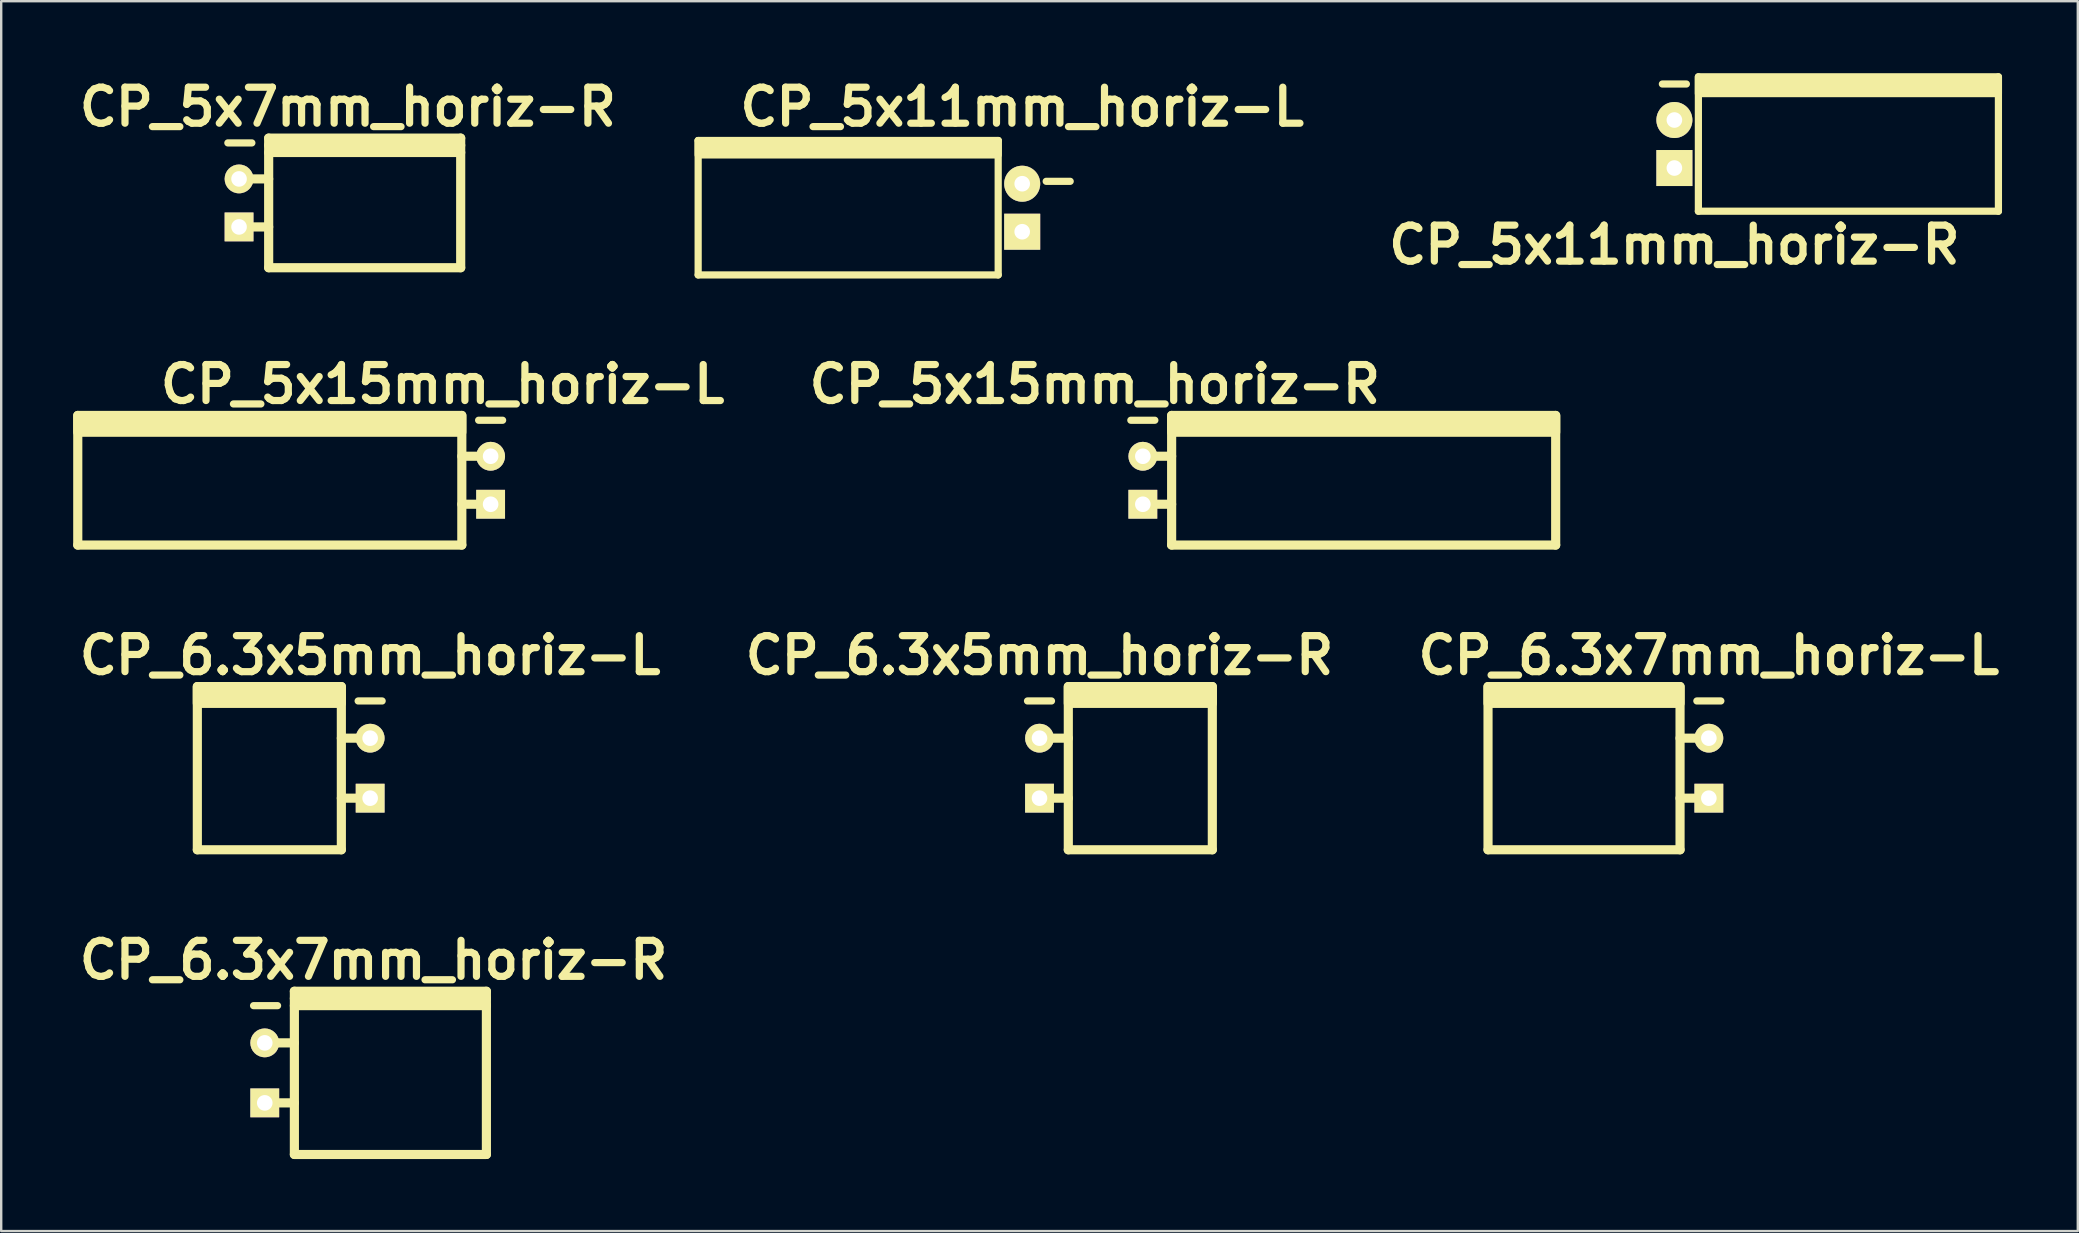
<source format=kicad_pcb>
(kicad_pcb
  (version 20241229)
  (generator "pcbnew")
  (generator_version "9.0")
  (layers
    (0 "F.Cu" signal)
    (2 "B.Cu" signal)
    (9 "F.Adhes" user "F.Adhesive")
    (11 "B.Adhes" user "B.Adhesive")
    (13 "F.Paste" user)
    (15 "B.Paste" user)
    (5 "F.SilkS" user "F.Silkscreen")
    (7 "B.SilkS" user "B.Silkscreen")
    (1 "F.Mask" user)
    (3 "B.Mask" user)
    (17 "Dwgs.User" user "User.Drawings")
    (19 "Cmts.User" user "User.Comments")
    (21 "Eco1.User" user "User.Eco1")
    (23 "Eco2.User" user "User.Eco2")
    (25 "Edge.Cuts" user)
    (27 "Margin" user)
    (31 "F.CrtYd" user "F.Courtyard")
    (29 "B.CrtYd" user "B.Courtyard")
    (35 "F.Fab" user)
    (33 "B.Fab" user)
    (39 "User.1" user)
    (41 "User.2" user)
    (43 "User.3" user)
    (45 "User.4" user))
  (footprint "CP_6.3x7mm_horiz-L"
    (layer "F.Cu")
    (at 68.143 28.953)
    (property "Reference" "CP_6.3x7mm_horiz-L" (at 0 -4.7 0) (layer "F.SilkS") (effects (font (size 1.5 1.5) (thickness 0.3))))
    (attr through_hole)
    (fp_line (start -9.2 3.4) (end -9.2 -3.4) (stroke (width 0.381) (type solid)) (layer "F.SilkS"))
    (fp_line (start -1.2 -3.4) (end -1.2 3.4) (stroke (width 0.381) (type solid)) (layer "F.SilkS"))
    (fp_line (start -1.2 -1.25) (end 0 -1.25) (stroke (width 0.381) (type solid)) (layer "F.SilkS"))
    (fp_line (start -1.2 1.25) (end 0 1.25) (stroke (width 0.381) (type solid)) (layer "F.SilkS"))
    (fp_line (start -1.2 3.4) (end -9.2 3.4) (stroke (width 0.381) (type solid)) (layer "F.SilkS"))
    (fp_line (start -0.5 -2.8) (end 0.5 -2.8) (stroke (width 0.3) (type solid)) (layer "F.SilkS"))
    (fp_poly (pts (xy -1.2 -2.7) (xy -9.2 -2.7) (xy -9.2 -3.4) (xy -1.2 -3.4)) (stroke (width 0.381) (type solid)) (fill yes) (layer "F.SilkS"))
    (pad "1" thru_hole rect (at 0 1.25) (size 1.2 1.2) (drill 0.65) (layers "*.Cu" "*.Mask" "F.SilkS"))
    (pad "2" thru_hole circle (at 0 -1.25) (size 1.2 1.2) (drill 0.65) (layers "*.Cu" "*.Mask" "F.SilkS")))
  (footprint "CP_6.3x7mm_horiz-R"
    (layer "F.Cu")
    (at 12.514 41.647)
    (property "Reference" "CP_6.3x7mm_horiz-R" (at 0 -4.7 0) (layer "F.SilkS") (effects (font (size 1.5 1.5) (thickness 0.3))))
    (attr through_hole)
    (fp_line (start -5 -2.8) (end -4 -2.8) (stroke (width 0.3) (type solid)) (layer "F.SilkS"))
    (fp_line (start -4.5 -1.25) (end -3.3 -1.25) (stroke (width 0.381) (type solid)) (layer "F.SilkS"))
    (fp_line (start -4.5 1.25) (end -3.3 1.25) (stroke (width 0.381) (type solid)) (layer "F.SilkS"))
    (fp_line (start -3.3 -3.1) (end 4.7 -3.1) (stroke (width 0.381) (type solid)) (layer "F.SilkS"))
    (fp_line (start -3.3 -2.8) (end 4.7 -2.8) (stroke (width 0.381) (type solid)) (layer "F.SilkS"))
    (fp_line (start -3.3 3.4) (end -3.3 -3.4) (stroke (width 0.381) (type solid)) (layer "F.SilkS"))
    (fp_line (start 4.7 -3.4) (end -3.3 -3.4) (stroke (width 0.381) (type solid)) (layer "F.SilkS"))
    (fp_line (start 4.7 -3.4) (end 4.7 3.4) (stroke (width 0.381) (type solid)) (layer "F.SilkS"))
    (fp_line (start 4.7 3.4) (end -3.3 3.4) (stroke (width 0.381) (type solid)) (layer "F.SilkS"))
    (pad "1" thru_hole rect (at -4.534 1.25) (size 1.2 1.2) (drill 0.65) (layers "*.Cu" "*.Mask" "F.SilkS"))
    (pad "2" thru_hole circle (at -4.534 -1.25) (size 1.2 1.2) (drill 0.65) (layers "*.Cu" "*.Mask" "F.SilkS")))
  (footprint "CP_6.3x5mm_horiz-L"
    (layer "F.Cu")
    (at 12.371 28.953)
    (property "Reference" "CP_6.3x5mm_horiz-L" (at 0 -4.7 0) (layer "F.SilkS") (effects (font (size 1.5 1.5) (thickness 0.3))))
    (attr through_hole)
    (fp_line (start -7.2 3.4) (end -7.2 -3.4) (stroke (width 0.381) (type solid)) (layer "F.SilkS"))
    (fp_line (start -1.2 -3.4) (end -1.2 3.4) (stroke (width 0.381) (type solid)) (layer "F.SilkS"))
    (fp_line (start -1.2 -1.25) (end 0 -1.25) (stroke (width 0.381) (type solid)) (layer "F.SilkS"))
    (fp_line (start -1.2 1.25) (end 0 1.25) (stroke (width 0.381) (type solid)) (layer "F.SilkS"))
    (fp_line (start -1.2 3.4) (end -7.2 3.4) (stroke (width 0.381) (type solid)) (layer "F.SilkS"))
    (fp_line (start -0.5 -2.8) (end 0.5 -2.8) (stroke (width 0.3) (type solid)) (layer "F.SilkS"))
    (fp_poly (pts (xy -1.2 -2.7) (xy -7.2 -2.7) (xy -7.2 -3.4) (xy -1.2 -3.4)) (stroke (width 0.381) (type solid)) (fill yes) (layer "F.SilkS"))
    (pad "1" thru_hole rect (at 0 1.25) (size 1.2 1.2) (drill 0.65) (layers "*.Cu" "*.Mask" "F.SilkS"))
    (pad "2" thru_hole circle (at 0 -1.25) (size 1.2 1.2) (drill 0.65) (layers "*.Cu" "*.Mask" "F.SilkS")))
  (footprint "CP_5x7mm_horiz-R"
    (layer "F.Cu")
    (at 11.443 5.404)
    (property "Reference" "CP_5x7mm_horiz-R" (at 0 -4 0) (layer "F.SilkS") (effects (font (size 1.5 1.5) (thickness 0.3))))
    (attr through_hole)
    (fp_line (start -5 -2.5) (end -4 -2.5) (stroke (width 0.3) (type solid)) (layer "F.SilkS"))
    (fp_line (start -4.5 -1) (end -3.3 -1) (stroke (width 0.381) (type solid)) (layer "F.SilkS"))
    (fp_line (start -4.5 1) (end -3.3 1) (stroke (width 0.381) (type solid)) (layer "F.SilkS"))
    (fp_line (start -3.3 -2.4) (end 4.7 -2.4) (stroke (width 0.381) (type solid)) (layer "F.SilkS"))
    (fp_line (start -3.3 -2.1) (end 4.7 -2.1) (stroke (width 0.381) (type solid)) (layer "F.SilkS"))
    (fp_line (start -3.3 2.7) (end -3.3 -2.7) (stroke (width 0.381) (type solid)) (layer "F.SilkS"))
    (fp_line (start 4.7 -2.7) (end -3.3 -2.7) (stroke (width 0.381) (type solid)) (layer "F.SilkS"))
    (fp_line (start 4.7 -2.7) (end 4.7 2.7) (stroke (width 0.381) (type solid)) (layer "F.SilkS"))
    (fp_line (start 4.7 2.7) (end -3.3 2.7) (stroke (width 0.381) (type solid)) (layer "F.SilkS"))
    (pad "1" thru_hole rect (at -4.534 1) (size 1.2 1.2) (drill 0.65) (layers "*.Cu" "*.Mask" "F.SilkS"))
    (pad "2" thru_hole circle (at -4.534 -1) (size 1.2 1.2) (drill 0.65) (layers "*.Cu" "*.Mask" "F.SilkS")))
  (footprint "CP_5x11mm_horiz-R"
    (layer "F.Cu")
    (at 66.707 2.95)
    (property "Reference" "CP_5x11mm_horiz-R" (at 0 4.2 0) (layer "F.SilkS") (effects (font (size 1.5 1.5) (thickness 0.3))))
    (attr through_hole)
    (fp_line (start -0.5 -2.5) (end 0.5 -2.5) (stroke (width 0.3) (type solid)) (layer "F.SilkS"))
    (fp_line (start 1 -2.8) (end 1 2.8) (stroke (width 0.3) (type solid)) (layer "F.SilkS"))
    (fp_line (start 13.5 -2.8) (end 13.5 2.8) (stroke (width 0.3) (type solid)) (layer "F.SilkS"))
    (fp_line (start 13.5 2.8) (end 1 2.8) (stroke (width 0.3) (type solid)) (layer "F.SilkS"))
    (fp_poly (pts (xy 13.5 -2.1) (xy 1 -2.1) (xy 1 -2.8) (xy 13.5 -2.8)) (stroke (width 0.3) (type solid)) (fill yes) (layer "F.SilkS"))
    (pad "1" thru_hole rect (at 0 1) (size 1.5 1.5) (drill 0.65) (layers "*.Cu" "*.Mask" "F.SilkS"))
    (pad "2" thru_hole circle (at 0 -1) (size 1.5 1.5) (drill 0.65) (layers "*.Cu" "*.Mask" "F.SilkS")))
  (footprint "CP_5x15mm_horiz-R"
    (layer "F.Cu")
    (at 44.562 16.958)
    (property "Reference" "CP_5x15mm_horiz-R" (at -2 -4 0) (layer "F.SilkS") (effects (font (size 1.5 1.5) (thickness 0.3))))
    (attr through_hole)
    (fp_line (start -0.5 -2.5) (end 0.5 -2.5) (stroke (width 0.3) (type solid)) (layer "F.SilkS"))
    (fp_line (start 0 -1) (end 1.2 -1) (stroke (width 0.381) (type solid)) (layer "F.SilkS"))
    (fp_line (start 0 1) (end 1.2 1) (stroke (width 0.381) (type solid)) (layer "F.SilkS"))
    (fp_line (start 1.2 2.7) (end 1.2 -2.7) (stroke (width 0.381) (type solid)) (layer "F.SilkS"))
    (fp_line (start 17.2 -2.7) (end 17.2 2.7) (stroke (width 0.381) (type solid)) (layer "F.SilkS"))
    (fp_line (start 17.2 2.7) (end 1.2 2.7) (stroke (width 0.381) (type solid)) (layer "F.SilkS"))
    (fp_poly (pts (xy 17.2 -2) (xy 1.2 -2) (xy 1.2 -2.7) (xy 17.2 -2.7)) (stroke (width 0.381) (type solid)) (fill yes) (layer "F.SilkS"))
    (pad "1" thru_hole rect (at 0 1) (size 1.2 1.2) (drill 0.65) (layers "*.Cu" "*.Mask" "F.SilkS"))
    (pad "2" thru_hole circle (at 0 -1) (size 1.2 1.2) (drill 0.65) (layers "*.Cu" "*.Mask" "F.SilkS")))
  (footprint "CP_5x15mm_horiz-L"
    (layer "F.Cu")
    (at 17.39 16.958)
    (property "Reference" "CP_5x15mm_horiz-L" (at -2 -4 0) (layer "F.SilkS") (effects (font (size 1.5 1.5) (thickness 0.3))))
    (attr through_hole)
    (fp_line (start -17.2 2.7) (end -17.2 -2.7) (stroke (width 0.381) (type solid)) (layer "F.SilkS"))
    (fp_line (start -1.2 -2.7) (end -1.2 2.7) (stroke (width 0.381) (type solid)) (layer "F.SilkS"))
    (fp_line (start -1.2 -1) (end 0 -1) (stroke (width 0.381) (type solid)) (layer "F.SilkS"))
    (fp_line (start -1.2 1) (end 0 1) (stroke (width 0.381) (type solid)) (layer "F.SilkS"))
    (fp_line (start -1.2 2.7) (end -17.2 2.7) (stroke (width 0.381) (type solid)) (layer "F.SilkS"))
    (fp_line (start -0.5 -2.5) (end 0.5 -2.5) (stroke (width 0.3) (type solid)) (layer "F.SilkS"))
    (fp_poly (pts (xy -1.2 -2) (xy -17.2 -2) (xy -17.2 -2.7) (xy -1.2 -2.7)) (stroke (width 0.381) (type solid)) (fill yes) (layer "F.SilkS"))
    (pad "1" thru_hole rect (at 0 1) (size 1.2 1.2) (drill 0.65) (layers "*.Cu" "*.Mask" "F.SilkS"))
    (pad "2" thru_hole circle (at 0 -1) (size 1.2 1.2) (drill 0.65) (layers "*.Cu" "*.Mask" "F.SilkS")))
  (footprint "CP_6.3x5mm_horiz-R"
    (layer "F.Cu")
    (at 40.257 28.953)
    (property "Reference" "CP_6.3x5mm_horiz-R" (at 0 -4.7 0) (layer "F.SilkS") (effects (font (size 1.5 1.5) (thickness 0.3))))
    (attr through_hole)
    (fp_line (start -0.5 -2.8) (end 0.5 -2.8) (stroke (width 0.3) (type solid)) (layer "F.SilkS"))
    (fp_line (start 0 -1.25) (end 1.2 -1.25) (stroke (width 0.381) (type solid)) (layer "F.SilkS"))
    (fp_line (start 0 1.25) (end 1.2 1.25) (stroke (width 0.381) (type solid)) (layer "F.SilkS"))
    (fp_line (start 1.2 3.4) (end 1.2 -3.4) (stroke (width 0.381) (type solid)) (layer "F.SilkS"))
    (fp_line (start 7.2 -3.4) (end 7.2 3.4) (stroke (width 0.381) (type solid)) (layer "F.SilkS"))
    (fp_line (start 7.2 3.4) (end 1.2 3.4) (stroke (width 0.381) (type solid)) (layer "F.SilkS"))
    (fp_poly (pts (xy 7.2 -2.7) (xy 1.2 -2.7) (xy 1.2 -3.4) (xy 7.2 -3.4)) (stroke (width 0.381) (type solid)) (fill yes) (layer "F.SilkS"))
    (pad "1" thru_hole rect (at 0 1.25) (size 1.2 1.2) (drill 0.65) (layers "*.Cu" "*.Mask" "F.SilkS"))
    (pad "2" thru_hole circle (at 0 -1.25) (size 1.2 1.2) (drill 0.65) (layers "*.Cu" "*.Mask" "F.SilkS")))
  (footprint "CP_5x11mm_horiz-L"
    (layer "F.Cu")
    (at 39.536 5.604)
    (property "Reference" "CP_5x11mm_horiz-L" (at 0 -4.2 0) (layer "F.SilkS") (effects (font (size 1.5 1.5) (thickness 0.3))))
    (attr through_hole)
    (fp_line (start -13.5 -2.8) (end -13.5 2.8) (stroke (width 0.3) (type solid)) (layer "F.SilkS"))
    (fp_line (start -1 -2.8) (end -13.5 -2.8) (stroke (width 0.3) (type solid)) (layer "F.SilkS"))
    (fp_line (start -1 -2.8) (end -1 2.8) (stroke (width 0.3) (type solid)) (layer "F.SilkS"))
    (fp_line (start -1 2.8) (end -13.5 2.8) (stroke (width 0.3) (type solid)) (layer "F.SilkS"))
    (fp_line (start 1 -1.1) (end 2 -1.1) (stroke (width 0.3) (type solid)) (layer "F.SilkS"))
    (fp_poly (pts (xy -1 -2.2) (xy -13.5 -2.2) (xy -13.5 -2.8) (xy -1 -2.8)) (stroke (width 0.3) (type solid)) (fill yes) (layer "F.SilkS"))
    (pad "1" thru_hole rect (at 0 1) (size 1.5 1.5) (drill 0.65) (layers "*.Cu" "*.Mask" "F.SilkS"))
    (pad "2" thru_hole circle (at 0 -1) (size 1.5 1.5) (drill 0.65) (layers "*.Cu" "*.Mask" "F.SilkS")))
  (gr_rect
    (start -3 -3)
    (end 83.514 48.237)
    (stroke (width 0.1) (type default))
    (fill no)
    (layer "Edge.Cuts")))
</source>
